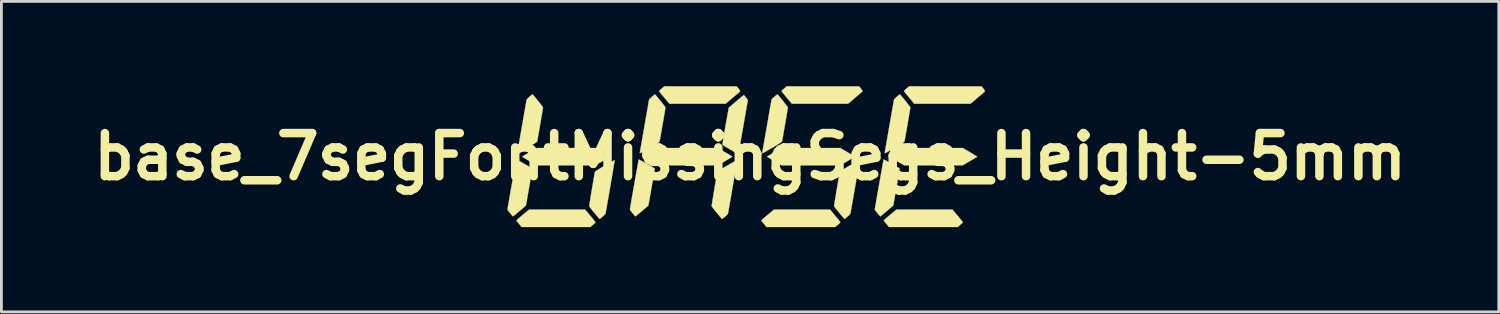
<source format=kicad_pcb>
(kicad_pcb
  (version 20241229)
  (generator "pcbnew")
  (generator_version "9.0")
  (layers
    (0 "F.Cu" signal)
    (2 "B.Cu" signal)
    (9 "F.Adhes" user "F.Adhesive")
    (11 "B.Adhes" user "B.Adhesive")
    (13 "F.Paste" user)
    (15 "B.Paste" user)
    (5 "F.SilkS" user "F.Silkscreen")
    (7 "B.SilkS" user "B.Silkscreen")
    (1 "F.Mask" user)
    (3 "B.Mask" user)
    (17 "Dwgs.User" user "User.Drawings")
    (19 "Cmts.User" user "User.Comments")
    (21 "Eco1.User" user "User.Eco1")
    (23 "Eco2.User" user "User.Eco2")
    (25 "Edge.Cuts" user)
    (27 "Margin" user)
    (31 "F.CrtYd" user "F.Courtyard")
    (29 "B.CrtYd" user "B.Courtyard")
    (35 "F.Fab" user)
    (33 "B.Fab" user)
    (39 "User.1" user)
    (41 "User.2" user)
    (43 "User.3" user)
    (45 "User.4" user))
  (footprint "base_7segFontMissingSegs_Height-5mm"
    (layer "F.Cu")
    (at 23.484 2.492)
    (property "Reference" "base_7segFontMissingSegs_Height-5mm" (at 0 0 0) (layer "F.SilkS") (effects (font (size 1.524 1.524) (thickness 0.3))))
    (attr through_hole)
    (fp_poly (pts (xy -5.651 2.092) (xy -5.597 2.157) (xy -5.55 2.216) (xy -5.511 2.265) (xy -5.483 2.3) (xy -5.47 2.32) (xy -5.469 2.323) (xy -5.479 2.335) (xy -5.505 2.36) (xy -5.542 2.393) (xy -5.561 2.41) (xy -5.652 2.487) (xy -8.083 2.487) (xy -8.173 2.376) (xy -8.21 2.33) (xy -8.24 2.291) (xy -8.259 2.264) (xy -8.264 2.255) (xy -8.254 2.243) (xy -8.227 2.217) (xy -8.184 2.18) (xy -8.13 2.133) (xy -8.068 2.08) (xy -8.041 2.057) (xy -7.818 1.872) (xy -5.835 1.872) (xy -5.651 2.092)) (stroke (width 0.01) (type solid)) (fill yes) (layer "F.SilkS"))
    (fp_poly (pts (xy -0.475 -2.486) (xy -0.41 -2.407) (xy -0.38 -2.367) (xy -0.36 -2.335) (xy -0.353 -2.315) (xy -0.354 -2.314) (xy -0.366 -2.302) (xy -0.395 -2.275) (xy -0.44 -2.236) (xy -0.496 -2.187) (xy -0.561 -2.132) (xy -0.615 -2.086) (xy -0.868 -1.872) (xy -2.854 -1.872) (xy -3.038 -2.092) (xy -3.092 -2.157) (xy -3.14 -2.216) (xy -3.179 -2.265) (xy -3.206 -2.3) (xy -3.22 -2.32) (xy -3.221 -2.323) (xy -3.211 -2.335) (xy -3.185 -2.36) (xy -3.147 -2.393) (xy -3.128 -2.41) (xy -3.036 -2.487) (xy -0.475 -2.486)) (stroke (width 0.01) (type solid)) (fill yes) (layer "F.SilkS"))
    (fp_poly (pts (xy 3.011 2.092) (xy 3.065 2.157) (xy 3.113 2.216) (xy 3.152 2.265) (xy 3.179 2.3) (xy 3.193 2.32) (xy 3.194 2.323) (xy 3.184 2.335) (xy 3.158 2.36) (xy 3.121 2.393) (xy 3.102 2.41) (xy 3.011 2.487) (xy 0.58 2.487) (xy 0.49 2.376) (xy 0.452 2.33) (xy 0.423 2.291) (xy 0.404 2.264) (xy 0.399 2.255) (xy 0.409 2.243) (xy 0.436 2.217) (xy 0.478 2.18) (xy 0.532 2.133) (xy 0.595 2.08) (xy 0.622 2.057) (xy 0.845 1.872) (xy 2.828 1.872) (xy 3.011 2.092)) (stroke (width 0.01) (type solid)) (fill yes) (layer "F.SilkS"))
    (fp_poly (pts (xy 7.343 2.092) (xy 7.397 2.157) (xy 7.445 2.216) (xy 7.483 2.265) (xy 7.511 2.3) (xy 7.524 2.32) (xy 7.526 2.323) (xy 7.516 2.335) (xy 7.49 2.36) (xy 7.452 2.393) (xy 7.433 2.41) (xy 7.342 2.487) (xy 4.911 2.487) (xy 4.821 2.376) (xy 4.784 2.33) (xy 4.754 2.291) (xy 4.735 2.264) (xy 4.73 2.255) (xy 4.74 2.243) (xy 4.768 2.217) (xy 4.81 2.18) (xy 4.864 2.133) (xy 4.926 2.08) (xy 4.953 2.057) (xy 5.176 1.872) (xy 7.159 1.872) (xy 7.343 2.092)) (stroke (width 0.01) (type solid)) (fill yes) (layer "F.SilkS"))
    (fp_poly (pts (xy 8.188 -2.486) (xy 8.253 -2.407) (xy 8.282 -2.367) (xy 8.303 -2.335) (xy 8.31 -2.315) (xy 8.309 -2.314) (xy 8.297 -2.302) (xy 8.267 -2.275) (xy 8.223 -2.236) (xy 8.167 -2.187) (xy 8.102 -2.132) (xy 8.048 -2.086) (xy 7.795 -1.872) (xy 5.808 -1.872) (xy 5.625 -2.092) (xy 5.571 -2.157) (xy 5.523 -2.216) (xy 5.484 -2.265) (xy 5.457 -2.3) (xy 5.443 -2.32) (xy 5.442 -2.323) (xy 5.452 -2.335) (xy 5.478 -2.36) (xy 5.515 -2.393) (xy 5.535 -2.41) (xy 5.627 -2.487) (xy 8.188 -2.486)) (stroke (width 0.01) (type solid)) (fill yes) (layer "F.SilkS"))
    (fp_poly (pts (xy 2.576 -2.486) (xy 3.857 -2.486) (xy 3.921 -2.407) (xy 3.951 -2.367) (xy 3.971 -2.335) (xy 3.978 -2.315) (xy 3.978 -2.314) (xy 3.966 -2.302) (xy 3.936 -2.275) (xy 3.892 -2.236) (xy 3.835 -2.187) (xy 3.77 -2.132) (xy 3.717 -2.086) (xy 3.464 -1.872) (xy 1.477 -1.872) (xy 1.293 -2.092) (xy 1.239 -2.157) (xy 1.191 -2.216) (xy 1.153 -2.265) (xy 1.125 -2.3) (xy 1.112 -2.32) (xy 1.111 -2.323) (xy 1.121 -2.335) (xy 1.147 -2.36) (xy 1.184 -2.393) (xy 1.203 -2.41) (xy 1.295 -2.487) (xy 2.576 -2.486)) (stroke (width 0.01) (type solid)) (fill yes) (layer "F.SilkS"))
    (fp_poly (pts (xy -5.219 -0.157) (xy -5.144 -0.113) (xy -5.078 -0.074) (xy -5.023 -0.041) (xy -4.984 -0.017) (xy -4.963 -0.003) (xy -4.96 0) (xy -4.971 0.008) (xy -5.002 0.028) (xy -5.05 0.057) (xy -5.111 0.093) (xy -5.182 0.135) (xy -5.22 0.157) (xy -5.48 0.307) (xy -6.513 0.307) (xy -7.546 0.306) (xy -7.804 0.156) (xy -7.878 0.113) (xy -7.944 0.074) (xy -7.998 0.041) (xy -8.037 0.016) (xy -8.058 0.002) (xy -8.061 0) (xy -8.05 -0.008) (xy -8.019 -0.028) (xy -7.971 -0.057) (xy -7.91 -0.093) (xy -7.839 -0.135) (xy -7.801 -0.157) (xy -7.541 -0.307) (xy -5.477 -0.307) (xy -5.219 -0.157)) (stroke (width 0.01) (type solid)) (fill yes) (layer "F.SilkS"))
    (fp_poly (pts (xy -0.887 -0.157) (xy -0.813 -0.113) (xy -0.746 -0.074) (xy -0.692 -0.041) (xy -0.653 -0.017) (xy -0.631 -0.003) (xy -0.629 0) (xy -0.64 0.008) (xy -0.671 0.028) (xy -0.718 0.057) (xy -0.779 0.093) (xy -0.85 0.135) (xy -0.889 0.157) (xy -1.148 0.307) (xy -2.182 0.307) (xy -3.215 0.306) (xy -3.472 0.156) (xy -3.547 0.113) (xy -3.613 0.074) (xy -3.667 0.041) (xy -3.706 0.016) (xy -3.727 0.002) (xy -3.729 0) (xy -3.718 -0.008) (xy -3.687 -0.028) (xy -3.64 -0.057) (xy -3.579 -0.093) (xy -3.508 -0.135) (xy -3.47 -0.157) (xy -3.21 -0.307) (xy -1.146 -0.307) (xy -0.887 -0.157)) (stroke (width 0.01) (type solid)) (fill yes) (layer "F.SilkS"))
    (fp_poly (pts (xy 3.444 -0.157) (xy 3.519 -0.113) (xy 3.585 -0.074) (xy 3.639 -0.041) (xy 3.679 -0.017) (xy 3.7 -0.003) (xy 3.703 0) (xy 3.691 0.008) (xy 3.661 0.028) (xy 3.613 0.057) (xy 3.552 0.093) (xy 3.481 0.135) (xy 3.443 0.157) (xy 3.183 0.307) (xy 2.15 0.307) (xy 1.116 0.306) (xy 0.859 0.156) (xy 0.785 0.113) (xy 0.719 0.074) (xy 0.665 0.041) (xy 0.625 0.016) (xy 0.605 0.002) (xy 0.602 0) (xy 0.613 -0.008) (xy 0.644 -0.028) (xy 0.692 -0.057) (xy 0.752 -0.093) (xy 0.824 -0.135) (xy 0.862 -0.157) (xy 1.122 -0.307) (xy 3.186 -0.307) (xy 3.444 -0.157)) (stroke (width 0.01) (type solid)) (fill yes) (layer "F.SilkS"))
    (fp_poly (pts (xy 7.776 -0.157) (xy 7.85 -0.113) (xy 7.916 -0.074) (xy 7.971 -0.041) (xy 8.01 -0.017) (xy 8.031 -0.003) (xy 8.034 0) (xy 8.023 0.008) (xy 7.992 0.028) (xy 7.944 0.057) (xy 7.883 0.093) (xy 7.812 0.135) (xy 7.774 0.157) (xy 7.515 0.307) (xy 6.481 0.307) (xy 5.448 0.306) (xy 5.191 0.156) (xy 5.116 0.113) (xy 5.05 0.074) (xy 4.996 0.041) (xy 4.957 0.016) (xy 4.936 0.002) (xy 4.933 0) (xy 4.944 -0.008) (xy 4.975 -0.028) (xy 5.023 -0.057) (xy 5.084 -0.093) (xy 5.155 -0.135) (xy 5.193 -0.157) (xy 5.453 -0.307) (xy 7.517 -0.307) (xy 7.776 -0.157)) (stroke (width 0.01) (type solid)) (fill yes) (layer "F.SilkS"))
    (fp_poly (pts (xy -0.213 -2.169) (xy -0.191 -2.144) (xy -0.16 -2.107) (xy -0.149 -2.093) (xy -0.079 -2.007) (xy -0.24 -1.087) (xy -0.273 -0.901) (xy -0.301 -0.74) (xy -0.325 -0.602) (xy -0.346 -0.485) (xy -0.363 -0.388) (xy -0.377 -0.308) (xy -0.389 -0.244) (xy -0.398 -0.194) (xy -0.405 -0.156) (xy -0.411 -0.129) (xy -0.415 -0.111) (xy -0.418 -0.101) (xy -0.42 -0.095) (xy -0.422 -0.094) (xy -0.424 -0.094) (xy -0.426 -0.095) (xy -0.439 -0.102) (xy -0.472 -0.12) (xy -0.522 -0.148) (xy -0.584 -0.184) (xy -0.656 -0.226) (xy -0.695 -0.249) (xy -0.771 -0.294) (xy -0.84 -0.334) (xy -0.898 -0.368) (xy -0.941 -0.394) (xy -0.967 -0.409) (xy -0.972 -0.412) (xy -0.974 -0.421) (xy -0.974 -0.446) (xy -0.969 -0.487) (xy -0.961 -0.547) (xy -0.949 -0.626) (xy -0.933 -0.726) (xy -0.912 -0.848) (xy -0.886 -0.995) (xy -0.872 -1.078) (xy -0.755 -1.734) (xy -0.492 -1.957) (xy -0.421 -2.017) (xy -0.356 -2.07) (xy -0.302 -2.116) (xy -0.259 -2.151) (xy -0.232 -2.172) (xy -0.223 -2.179) (xy -0.213 -2.169)) (stroke (width 0.01) (type solid)) (fill yes) (layer "F.SilkS"))
    (fp_poly (pts (xy -4.793 0.137) (xy -4.798 0.175) (xy -4.808 0.233) (xy -4.82 0.31) (xy -4.836 0.404) (xy -4.854 0.511) (xy -4.874 0.629) (xy -4.895 0.755) (xy -4.918 0.888) (xy -4.941 1.024) (xy -4.965 1.161) (xy -4.988 1.296) (xy -5.011 1.427) (xy -5.033 1.551) (xy -5.053 1.666) (xy -5.071 1.77) (xy -5.087 1.858) (xy -5.1 1.93) (xy -5.109 1.983) (xy -5.114 2.006) (xy -5.129 2.033) (xy -5.164 2.072) (xy -5.216 2.119) (xy -5.22 2.123) (xy -5.263 2.158) (xy -5.297 2.186) (xy -5.319 2.203) (xy -5.323 2.205) (xy -5.333 2.196) (xy -5.357 2.168) (xy -5.392 2.126) (xy -5.437 2.072) (xy -5.489 2.01) (xy -5.506 1.99) (xy -5.56 1.924) (xy -5.608 1.864) (xy -5.647 1.814) (xy -5.676 1.776) (xy -5.69 1.754) (xy -5.691 1.752) (xy -5.69 1.736) (xy -5.684 1.696) (xy -5.675 1.637) (xy -5.663 1.562) (xy -5.649 1.473) (xy -5.633 1.373) (xy -5.615 1.267) (xy -5.597 1.157) (xy -5.578 1.047) (xy -5.56 0.939) (xy -5.542 0.838) (xy -5.526 0.745) (xy -5.512 0.665) (xy -5.5 0.601) (xy -5.491 0.555) (xy -5.488 0.541) (xy -5.476 0.527) (xy -5.444 0.502) (xy -5.391 0.467) (xy -5.317 0.421) (xy -5.22 0.363) (xy -5.14 0.316) (xy -5.053 0.266) (xy -4.974 0.221) (xy -4.906 0.183) (xy -4.851 0.153) (xy -4.812 0.133) (xy -4.793 0.124) (xy -4.791 0.124) (xy -4.793 0.137)) (stroke (width 0.01) (type solid)) (fill yes) (layer "F.SilkS"))
    (fp_poly (pts (xy -0.461 0.137) (xy -0.467 0.175) (xy -0.476 0.233) (xy -0.489 0.31) (xy -0.505 0.404) (xy -0.523 0.511) (xy -0.543 0.629) (xy -0.564 0.755) (xy -0.587 0.888) (xy -0.61 1.024) (xy -0.634 1.161) (xy -0.657 1.296) (xy -0.68 1.427) (xy -0.701 1.551) (xy -0.721 1.666) (xy -0.74 1.77) (xy -0.755 1.858) (xy -0.768 1.93) (xy -0.778 1.983) (xy -0.783 2.006) (xy -0.798 2.033) (xy -0.833 2.072) (xy -0.885 2.119) (xy -0.889 2.123) (xy -0.932 2.158) (xy -0.966 2.186) (xy -0.987 2.203) (xy -0.992 2.205) (xy -1.001 2.196) (xy -1.025 2.168) (xy -1.061 2.126) (xy -1.106 2.072) (xy -1.158 2.01) (xy -1.175 1.99) (xy -1.229 1.924) (xy -1.277 1.864) (xy -1.316 1.814) (xy -1.344 1.776) (xy -1.358 1.754) (xy -1.36 1.752) (xy -1.358 1.736) (xy -1.353 1.696) (xy -1.344 1.637) (xy -1.332 1.562) (xy -1.318 1.473) (xy -1.302 1.373) (xy -1.284 1.267) (xy -1.266 1.157) (xy -1.247 1.047) (xy -1.229 0.939) (xy -1.211 0.838) (xy -1.195 0.745) (xy -1.181 0.665) (xy -1.169 0.601) (xy -1.16 0.555) (xy -1.157 0.541) (xy -1.145 0.527) (xy -1.113 0.502) (xy -1.06 0.467) (xy -0.986 0.421) (xy -0.889 0.363) (xy -0.808 0.316) (xy -0.722 0.266) (xy -0.643 0.221) (xy -0.575 0.183) (xy -0.52 0.153) (xy -0.481 0.133) (xy -0.462 0.124) (xy -0.46 0.124) (xy -0.461 0.137)) (stroke (width 0.01) (type solid)) (fill yes) (layer "F.SilkS"))
    (fp_poly (pts (xy 3.87 0.137) (xy 3.864 0.175) (xy 3.855 0.233) (xy 3.842 0.31) (xy 3.827 0.404) (xy 3.809 0.511) (xy 3.789 0.629) (xy 3.767 0.755) (xy 3.745 0.888) (xy 3.721 1.024) (xy 3.698 1.161) (xy 3.674 1.296) (xy 3.652 1.427) (xy 3.63 1.551) (xy 3.61 1.666) (xy 3.592 1.77) (xy 3.576 1.858) (xy 3.563 1.93) (xy 3.553 1.983) (xy 3.549 2.006) (xy 3.534 2.033) (xy 3.499 2.072) (xy 3.447 2.119) (xy 3.442 2.123) (xy 3.4 2.158) (xy 3.365 2.186) (xy 3.344 2.203) (xy 3.339 2.205) (xy 3.33 2.196) (xy 3.306 2.168) (xy 3.271 2.126) (xy 3.225 2.072) (xy 3.174 2.01) (xy 3.157 1.99) (xy 3.103 1.924) (xy 3.055 1.864) (xy 3.015 1.814) (xy 2.987 1.776) (xy 2.973 1.754) (xy 2.972 1.752) (xy 2.973 1.736) (xy 2.978 1.696) (xy 2.987 1.637) (xy 2.999 1.562) (xy 3.014 1.473) (xy 3.03 1.373) (xy 3.047 1.267) (xy 3.066 1.157) (xy 3.084 1.047) (xy 3.103 0.939) (xy 3.12 0.838) (xy 3.136 0.745) (xy 3.151 0.665) (xy 3.163 0.601) (xy 3.172 0.555) (xy 3.175 0.541) (xy 3.186 0.527) (xy 3.218 0.502) (xy 3.271 0.467) (xy 3.346 0.421) (xy 3.442 0.363) (xy 3.523 0.316) (xy 3.609 0.266) (xy 3.688 0.221) (xy 3.757 0.183) (xy 3.812 0.153) (xy 3.85 0.133) (xy 3.87 0.124) (xy 3.871 0.124) (xy 3.87 0.137)) (stroke (width 0.01) (type solid)) (fill yes) (layer "F.SilkS"))
    (fp_poly (pts (xy -8.258 0.103) (xy -8.227 0.119) (xy -8.18 0.145) (xy -8.122 0.177) (xy -8.056 0.214) (xy -7.986 0.254) (xy -7.917 0.294) (xy -7.851 0.331) (xy -7.793 0.365) (xy -7.746 0.393) (xy -7.715 0.412) (xy -7.704 0.419) (xy -7.706 0.433) (xy -7.712 0.469) (xy -7.721 0.526) (xy -7.734 0.599) (xy -7.749 0.687) (xy -7.766 0.786) (xy -7.784 0.893) (xy -7.803 1.005) (xy -7.823 1.118) (xy -7.843 1.231) (xy -7.862 1.339) (xy -7.879 1.439) (xy -7.895 1.53) (xy -7.909 1.607) (xy -7.92 1.667) (xy -7.927 1.708) (xy -7.931 1.726) (xy -7.931 1.727) (xy -7.942 1.737) (xy -7.969 1.762) (xy -8.01 1.797) (xy -8.061 1.841) (xy -8.117 1.889) (xy -8.177 1.939) (xy -8.235 1.988) (xy -8.289 2.033) (xy -8.334 2.07) (xy -8.368 2.097) (xy -8.386 2.111) (xy -8.388 2.112) (xy -8.399 2.103) (xy -8.422 2.077) (xy -8.456 2.038) (xy -8.488 2) (xy -8.527 1.953) (xy -8.557 1.912) (xy -8.577 1.882) (xy -8.583 1.869) (xy -8.58 1.852) (xy -8.574 1.812) (xy -8.564 1.751) (xy -8.55 1.671) (xy -8.534 1.577) (xy -8.515 1.469) (xy -8.495 1.351) (xy -8.473 1.226) (xy -8.45 1.096) (xy -8.427 0.964) (xy -8.404 0.832) (xy -8.381 0.703) (xy -8.359 0.58) (xy -8.338 0.465) (xy -8.32 0.361) (xy -8.303 0.271) (xy -8.29 0.197) (xy -8.279 0.141) (xy -8.273 0.108) (xy -8.27 0.098) (xy -8.258 0.103)) (stroke (width 0.01) (type solid)) (fill yes) (layer "F.SilkS"))
    (fp_poly (pts (xy -7.663 -2.169) (xy -7.623 -2.122) (xy -7.577 -2.066) (xy -7.527 -2.005) (xy -7.478 -1.943) (xy -7.43 -1.883) (xy -7.389 -1.829) (xy -7.356 -1.785) (xy -7.334 -1.754) (xy -7.326 -1.74) (xy -7.328 -1.723) (xy -7.334 -1.684) (xy -7.344 -1.624) (xy -7.357 -1.548) (xy -7.372 -1.459) (xy -7.389 -1.36) (xy -7.407 -1.254) (xy -7.426 -1.145) (xy -7.445 -1.035) (xy -7.463 -0.929) (xy -7.481 -0.829) (xy -7.497 -0.738) (xy -7.51 -0.661) (xy -7.521 -0.6) (xy -7.529 -0.558) (xy -7.533 -0.54) (xy -7.543 -0.526) (xy -7.571 -0.504) (xy -7.616 -0.473) (xy -7.682 -0.432) (xy -7.768 -0.38) (xy -7.864 -0.324) (xy -7.967 -0.264) (xy -8.05 -0.216) (xy -8.114 -0.179) (xy -8.162 -0.153) (xy -8.196 -0.135) (xy -8.218 -0.125) (xy -8.23 -0.122) (xy -8.235 -0.123) (xy -8.235 -0.125) (xy -8.233 -0.139) (xy -8.226 -0.177) (xy -8.216 -0.236) (xy -8.203 -0.313) (xy -8.187 -0.407) (xy -8.168 -0.515) (xy -8.147 -0.633) (xy -8.125 -0.76) (xy -8.102 -0.892) (xy -8.079 -1.028) (xy -8.055 -1.164) (xy -8.031 -1.299) (xy -8.009 -1.429) (xy -7.987 -1.553) (xy -7.967 -1.666) (xy -7.949 -1.768) (xy -7.934 -1.855) (xy -7.922 -1.925) (xy -7.913 -1.975) (xy -7.908 -2.002) (xy -7.907 -2.006) (xy -7.892 -2.033) (xy -7.857 -2.072) (xy -7.806 -2.119) (xy -7.799 -2.125) (xy -7.756 -2.16) (xy -7.722 -2.187) (xy -7.7 -2.202) (xy -7.694 -2.204) (xy -7.663 -2.169)) (stroke (width 0.01) (type solid)) (fill yes) (layer "F.SilkS"))
    (fp_poly (pts (xy -3.927 0.103) (xy -3.896 0.119) (xy -3.849 0.145) (xy -3.791 0.177) (xy -3.725 0.214) (xy -3.655 0.254) (xy -3.585 0.294) (xy -3.52 0.331) (xy -3.461 0.365) (xy -3.415 0.393) (xy -3.384 0.412) (xy -3.373 0.419) (xy -3.375 0.433) (xy -3.38 0.469) (xy -3.39 0.526) (xy -3.402 0.599) (xy -3.417 0.687) (xy -3.434 0.786) (xy -3.453 0.893) (xy -3.472 1.005) (xy -3.492 1.118) (xy -3.511 1.231) (xy -3.53 1.339) (xy -3.548 1.439) (xy -3.564 1.53) (xy -3.577 1.607) (xy -3.588 1.667) (xy -3.596 1.708) (xy -3.6 1.726) (xy -3.6 1.727) (xy -3.61 1.737) (xy -3.638 1.762) (xy -3.679 1.797) (xy -3.729 1.841) (xy -3.786 1.889) (xy -3.845 1.939) (xy -3.904 1.988) (xy -3.957 2.033) (xy -4.003 2.07) (xy -4.036 2.097) (xy -4.055 2.111) (xy -4.057 2.112) (xy -4.067 2.103) (xy -4.091 2.077) (xy -4.124 2.038) (xy -4.157 2) (xy -4.195 1.953) (xy -4.226 1.912) (xy -4.246 1.882) (xy -4.251 1.869) (xy -4.249 1.852) (xy -4.242 1.812) (xy -4.232 1.751) (xy -4.219 1.671) (xy -4.203 1.577) (xy -4.184 1.469) (xy -4.164 1.351) (xy -4.142 1.226) (xy -4.119 1.096) (xy -4.096 0.964) (xy -4.072 0.832) (xy -4.05 0.703) (xy -4.028 0.58) (xy -4.007 0.465) (xy -3.988 0.361) (xy -3.972 0.271) (xy -3.958 0.197) (xy -3.948 0.141) (xy -3.941 0.108) (xy -3.939 0.098) (xy -3.927 0.103)) (stroke (width 0.01) (type solid)) (fill yes) (layer "F.SilkS"))
    (fp_poly (pts (xy 4.736 0.103) (xy 4.767 0.119) (xy 4.814 0.145) (xy 4.872 0.177) (xy 4.938 0.214) (xy 5.008 0.254) (xy 5.077 0.294) (xy 5.143 0.331) (xy 5.201 0.365) (xy 5.248 0.393) (xy 5.279 0.412) (xy 5.29 0.419) (xy 5.288 0.433) (xy 5.282 0.469) (xy 5.273 0.526) (xy 5.26 0.599) (xy 5.245 0.687) (xy 5.228 0.786) (xy 5.21 0.893) (xy 5.191 1.005) (xy 5.171 1.118) (xy 5.151 1.231) (xy 5.133 1.339) (xy 5.115 1.439) (xy 5.099 1.53) (xy 5.085 1.607) (xy 5.074 1.667) (xy 5.067 1.708) (xy 5.063 1.726) (xy 5.063 1.727) (xy 5.052 1.737) (xy 5.025 1.762) (xy 4.984 1.797) (xy 4.933 1.841) (xy 4.877 1.889) (xy 4.817 1.939) (xy 4.759 1.988) (xy 4.706 2.033) (xy 4.66 2.07) (xy 4.626 2.097) (xy 4.608 2.111) (xy 4.606 2.112) (xy 4.596 2.103) (xy 4.572 2.077) (xy 4.538 2.038) (xy 4.506 2) (xy 4.467 1.953) (xy 4.437 1.912) (xy 4.417 1.882) (xy 4.412 1.869) (xy 4.414 1.852) (xy 4.42 1.812) (xy 4.43 1.751) (xy 4.444 1.671) (xy 4.46 1.577) (xy 4.479 1.469) (xy 4.499 1.351) (xy 4.521 1.226) (xy 4.544 1.096) (xy 4.567 0.964) (xy 4.59 0.832) (xy 4.613 0.703) (xy 4.635 0.58) (xy 4.656 0.465) (xy 4.674 0.361) (xy 4.691 0.271) (xy 4.704 0.197) (xy 4.715 0.141) (xy 4.721 0.108) (xy 4.724 0.098) (xy 4.736 0.103)) (stroke (width 0.01) (type solid)) (fill yes) (layer "F.SilkS"))
    (fp_poly (pts (xy -3.332 -2.169) (xy -3.293 -2.123) (xy -3.247 -2.067) (xy -3.198 -2.007) (xy -3.148 -1.945) (xy -3.101 -1.885) (xy -3.059 -1.832) (xy -3.025 -1.787) (xy -3.003 -1.756) (xy -2.995 -1.742) (xy -2.995 -1.742) (xy -2.997 -1.726) (xy -3.003 -1.687) (xy -3.013 -1.628) (xy -3.025 -1.552) (xy -3.04 -1.463) (xy -3.057 -1.364) (xy -3.075 -1.258) (xy -3.094 -1.149) (xy -3.113 -1.04) (xy -3.132 -0.933) (xy -3.149 -0.833) (xy -3.165 -0.742) (xy -3.179 -0.664) (xy -3.19 -0.602) (xy -3.198 -0.56) (xy -3.201 -0.541) (xy -3.213 -0.526) (xy -3.244 -0.502) (xy -3.296 -0.467) (xy -3.369 -0.422) (xy -3.464 -0.365) (xy -3.532 -0.325) (xy -3.635 -0.265) (xy -3.718 -0.217) (xy -3.781 -0.18) (xy -3.829 -0.154) (xy -3.862 -0.137) (xy -3.884 -0.128) (xy -3.896 -0.126) (xy -3.902 -0.13) (xy -3.902 -0.14) (xy -3.899 -0.153) (xy -3.899 -0.155) (xy -3.895 -0.175) (xy -3.887 -0.218) (xy -3.876 -0.284) (xy -3.861 -0.369) (xy -3.843 -0.471) (xy -3.823 -0.588) (xy -3.8 -0.718) (xy -3.776 -0.858) (xy -3.75 -1.006) (xy -3.737 -1.083) (xy -3.71 -1.234) (xy -3.685 -1.379) (xy -3.662 -1.514) (xy -3.64 -1.637) (xy -3.621 -1.746) (xy -3.605 -1.84) (xy -3.592 -1.914) (xy -3.582 -1.969) (xy -3.577 -2) (xy -3.575 -2.006) (xy -3.56 -2.034) (xy -3.525 -2.072) (xy -3.472 -2.12) (xy -3.468 -2.124) (xy -3.425 -2.159) (xy -3.39 -2.186) (xy -3.368 -2.202) (xy -3.363 -2.204) (xy -3.332 -2.169)) (stroke (width 0.01) (type solid)) (fill yes) (layer "F.SilkS"))
    (fp_poly (pts (xy 0.999 -2.169) (xy 1.039 -2.123) (xy 1.085 -2.067) (xy 1.134 -2.007) (xy 1.184 -1.945) (xy 1.231 -1.885) (xy 1.273 -1.832) (xy 1.306 -1.787) (xy 1.329 -1.756) (xy 1.337 -1.742) (xy 1.337 -1.742) (xy 1.335 -1.726) (xy 1.328 -1.687) (xy 1.319 -1.628) (xy 1.306 -1.552) (xy 1.291 -1.463) (xy 1.274 -1.364) (xy 1.256 -1.258) (xy 1.237 -1.149) (xy 1.218 -1.04) (xy 1.2 -0.933) (xy 1.182 -0.833) (xy 1.166 -0.742) (xy 1.153 -0.664) (xy 1.142 -0.602) (xy 1.134 -0.56) (xy 1.13 -0.541) (xy 1.118 -0.526) (xy 1.087 -0.502) (xy 1.035 -0.467) (xy 0.962 -0.422) (xy 0.867 -0.365) (xy 0.799 -0.325) (xy 0.696 -0.265) (xy 0.614 -0.217) (xy 0.55 -0.18) (xy 0.502 -0.154) (xy 0.469 -0.137) (xy 0.447 -0.128) (xy 0.435 -0.126) (xy 0.43 -0.13) (xy 0.43 -0.14) (xy 0.432 -0.153) (xy 0.433 -0.155) (xy 0.436 -0.175) (xy 0.444 -0.218) (xy 0.455 -0.284) (xy 0.47 -0.369) (xy 0.488 -0.471) (xy 0.509 -0.588) (xy 0.531 -0.718) (xy 0.556 -0.858) (xy 0.582 -1.006) (xy 0.595 -1.083) (xy 0.621 -1.234) (xy 0.646 -1.379) (xy 0.67 -1.514) (xy 0.691 -1.637) (xy 0.71 -1.746) (xy 0.727 -1.84) (xy 0.74 -1.914) (xy 0.749 -1.969) (xy 0.755 -2) (xy 0.756 -2.006) (xy 0.771 -2.034) (xy 0.806 -2.072) (xy 0.859 -2.12) (xy 0.864 -2.124) (xy 0.907 -2.159) (xy 0.942 -2.186) (xy 0.964 -2.202) (xy 0.969 -2.204) (xy 0.999 -2.169)) (stroke (width 0.01) (type solid)) (fill yes) (layer "F.SilkS"))
    (fp_poly (pts (xy 5.33 -2.169) (xy 5.37 -2.123) (xy 5.416 -2.067) (xy 5.465 -2.007) (xy 5.515 -1.945) (xy 5.562 -1.885) (xy 5.604 -1.832) (xy 5.638 -1.787) (xy 5.66 -1.756) (xy 5.668 -1.742) (xy 5.668 -1.742) (xy 5.666 -1.726) (xy 5.66 -1.687) (xy 5.65 -1.628) (xy 5.637 -1.552) (xy 5.622 -1.463) (xy 5.605 -1.364) (xy 5.587 -1.258) (xy 5.569 -1.149) (xy 5.55 -1.04) (xy 5.531 -0.933) (xy 5.514 -0.833) (xy 5.498 -0.742) (xy 5.484 -0.664) (xy 5.473 -0.602) (xy 5.465 -0.56) (xy 5.461 -0.541) (xy 5.45 -0.526) (xy 5.418 -0.502) (xy 5.367 -0.467) (xy 5.294 -0.422) (xy 5.199 -0.365) (xy 5.131 -0.325) (xy 5.027 -0.265) (xy 4.945 -0.217) (xy 4.881 -0.18) (xy 4.834 -0.154) (xy 4.8 -0.137) (xy 4.779 -0.128) (xy 4.766 -0.126) (xy 4.761 -0.13) (xy 4.761 -0.14) (xy 4.764 -0.153) (xy 4.764 -0.155) (xy 4.768 -0.175) (xy 4.775 -0.218) (xy 4.787 -0.284) (xy 4.802 -0.369) (xy 4.82 -0.471) (xy 4.84 -0.588) (xy 4.863 -0.718) (xy 4.887 -0.858) (xy 4.913 -1.006) (xy 4.926 -1.083) (xy 4.952 -1.234) (xy 4.978 -1.379) (xy 5.001 -1.514) (xy 5.023 -1.637) (xy 5.042 -1.746) (xy 5.058 -1.84) (xy 5.071 -1.914) (xy 5.081 -1.969) (xy 5.086 -2) (xy 5.087 -2.006) (xy 5.103 -2.034) (xy 5.138 -2.072) (xy 5.19 -2.12) (xy 5.195 -2.124) (xy 5.238 -2.159) (xy 5.273 -2.186) (xy 5.295 -2.202) (xy 5.3 -2.204) (xy 5.33 -2.169)) (stroke (width 0.01) (type solid)) (fill yes) (layer "F.SilkS")))
  (gr_rect
    (start -3 -3)
    (end 49.968 7.983)
    (stroke (width 0.1) (type default))
    (fill no)
    (layer "Edge.Cuts")))
</source>
